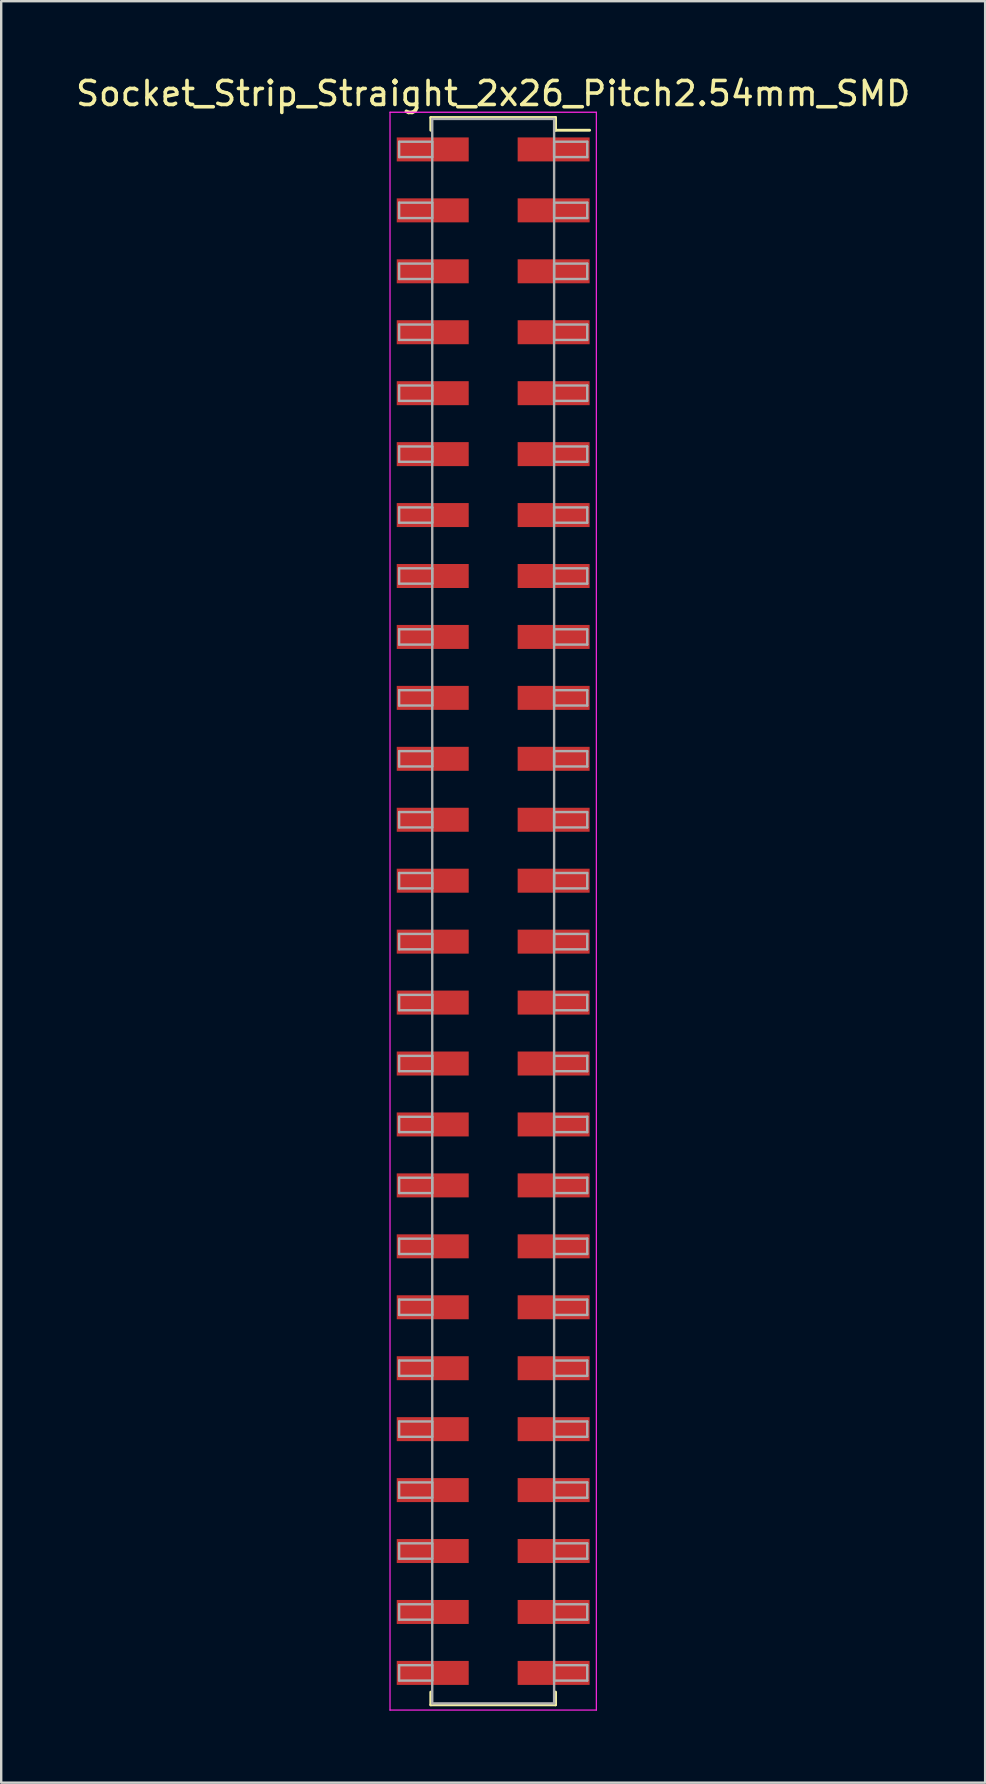
<source format=kicad_pcb>
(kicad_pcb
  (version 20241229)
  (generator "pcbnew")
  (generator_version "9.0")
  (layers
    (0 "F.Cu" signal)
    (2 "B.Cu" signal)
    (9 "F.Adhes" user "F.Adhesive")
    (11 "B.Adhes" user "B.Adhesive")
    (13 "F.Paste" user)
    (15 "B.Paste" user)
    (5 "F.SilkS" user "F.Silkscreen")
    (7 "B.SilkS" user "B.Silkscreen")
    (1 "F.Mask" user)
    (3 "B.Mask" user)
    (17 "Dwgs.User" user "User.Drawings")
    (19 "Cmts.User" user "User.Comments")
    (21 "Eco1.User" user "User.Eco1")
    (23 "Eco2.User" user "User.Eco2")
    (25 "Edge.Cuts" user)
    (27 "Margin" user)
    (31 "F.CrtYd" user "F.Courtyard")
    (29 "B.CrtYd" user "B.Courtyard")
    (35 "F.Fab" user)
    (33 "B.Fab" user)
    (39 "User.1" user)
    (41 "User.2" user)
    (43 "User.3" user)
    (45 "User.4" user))
  (footprint "Socket_Strip_Straight_2x26_Pitch2.54mm_SMD"
    (layer "F.Cu")
    (at 17.506 34.928)
    (property "Reference" "Socket_Strip_Straight_2x26_Pitch2.54mm_SMD" (at 0 -34.08 0) (layer "F.SilkS") (effects (font (size 1 1) (thickness 0.15))))
    (attr smd)
    (fp_line (start -2.6 -33.08) (end 2.6 -33.08) (stroke (width 0.12) (type solid)) (layer "F.SilkS"))
    (fp_line (start -2.6 -32.55) (end -2.6 -33.08) (stroke (width 0.12) (type solid)) (layer "F.SilkS"))
    (fp_line (start -2.6 32.55) (end -2.6 33.08) (stroke (width 0.12) (type solid)) (layer "F.SilkS"))
    (fp_line (start -2.6 33.08) (end 2.6 33.08) (stroke (width 0.12) (type solid)) (layer "F.SilkS"))
    (fp_line (start 2.6 -33.08) (end 2.6 -32.55) (stroke (width 0.12) (type solid)) (layer "F.SilkS"))
    (fp_line (start 2.6 33.08) (end 2.6 32.55) (stroke (width 0.12) (type solid)) (layer "F.SilkS"))
    (fp_line (start 4.02 -32.55) (end 2.6 -32.55) (stroke (width 0.12) (type solid)) (layer "F.SilkS"))
    (fp_line (start -4.3 -33.3) (end -4.3 33.3) (stroke (width 0.05) (type solid)) (layer "F.CrtYd"))
    (fp_line (start -4.3 33.3) (end 4.3 33.3) (stroke (width 0.05) (type solid)) (layer "F.CrtYd"))
    (fp_line (start 4.3 -33.3) (end -4.3 -33.3) (stroke (width 0.05) (type solid)) (layer "F.CrtYd"))
    (fp_line (start 4.3 33.3) (end 4.3 -33.3) (stroke (width 0.05) (type solid)) (layer "F.CrtYd"))
    (fp_line (start -3.92 -32.07) (end -2.54 -32.07) (stroke (width 0.1) (type solid)) (layer "F.Fab"))
    (fp_line (start -3.92 -31.43) (end -3.92 -32.07) (stroke (width 0.1) (type solid)) (layer "F.Fab"))
    (fp_line (start -3.92 -29.53) (end -2.54 -29.53) (stroke (width 0.1) (type solid)) (layer "F.Fab"))
    (fp_line (start -3.92 -28.89) (end -3.92 -29.53) (stroke (width 0.1) (type solid)) (layer "F.Fab"))
    (fp_line (start -3.92 -26.99) (end -2.54 -26.99) (stroke (width 0.1) (type solid)) (layer "F.Fab"))
    (fp_line (start -3.92 -26.35) (end -3.92 -26.99) (stroke (width 0.1) (type solid)) (layer "F.Fab"))
    (fp_line (start -3.92 -24.45) (end -2.54 -24.45) (stroke (width 0.1) (type solid)) (layer "F.Fab"))
    (fp_line (start -3.92 -23.81) (end -3.92 -24.45) (stroke (width 0.1) (type solid)) (layer "F.Fab"))
    (fp_line (start -3.92 -21.91) (end -2.54 -21.91) (stroke (width 0.1) (type solid)) (layer "F.Fab"))
    (fp_line (start -3.92 -21.27) (end -3.92 -21.91) (stroke (width 0.1) (type solid)) (layer "F.Fab"))
    (fp_line (start -3.92 -19.37) (end -2.54 -19.37) (stroke (width 0.1) (type solid)) (layer "F.Fab"))
    (fp_line (start -3.92 -18.73) (end -3.92 -19.37) (stroke (width 0.1) (type solid)) (layer "F.Fab"))
    (fp_line (start -3.92 -16.83) (end -2.54 -16.83) (stroke (width 0.1) (type solid)) (layer "F.Fab"))
    (fp_line (start -3.92 -16.19) (end -3.92 -16.83) (stroke (width 0.1) (type solid)) (layer "F.Fab"))
    (fp_line (start -3.92 -14.29) (end -2.54 -14.29) (stroke (width 0.1) (type solid)) (layer "F.Fab"))
    (fp_line (start -3.92 -13.65) (end -3.92 -14.29) (stroke (width 0.1) (type solid)) (layer "F.Fab"))
    (fp_line (start -3.92 -11.75) (end -2.54 -11.75) (stroke (width 0.1) (type solid)) (layer "F.Fab"))
    (fp_line (start -3.92 -11.11) (end -3.92 -11.75) (stroke (width 0.1) (type solid)) (layer "F.Fab"))
    (fp_line (start -3.92 -9.21) (end -2.54 -9.21) (stroke (width 0.1) (type solid)) (layer "F.Fab"))
    (fp_line (start -3.92 -8.57) (end -3.92 -9.21) (stroke (width 0.1) (type solid)) (layer "F.Fab"))
    (fp_line (start -3.92 -6.67) (end -2.54 -6.67) (stroke (width 0.1) (type solid)) (layer "F.Fab"))
    (fp_line (start -3.92 -6.03) (end -3.92 -6.67) (stroke (width 0.1) (type solid)) (layer "F.Fab"))
    (fp_line (start -3.92 -4.13) (end -2.54 -4.13) (stroke (width 0.1) (type solid)) (layer "F.Fab"))
    (fp_line (start -3.92 -3.49) (end -3.92 -4.13) (stroke (width 0.1) (type solid)) (layer "F.Fab"))
    (fp_line (start -3.92 -1.59) (end -2.54 -1.59) (stroke (width 0.1) (type solid)) (layer "F.Fab"))
    (fp_line (start -3.92 -0.95) (end -3.92 -1.59) (stroke (width 0.1) (type solid)) (layer "F.Fab"))
    (fp_line (start -3.92 0.95) (end -2.54 0.95) (stroke (width 0.1) (type solid)) (layer "F.Fab"))
    (fp_line (start -3.92 1.59) (end -3.92 0.95) (stroke (width 0.1) (type solid)) (layer "F.Fab"))
    (fp_line (start -3.92 3.49) (end -2.54 3.49) (stroke (width 0.1) (type solid)) (layer "F.Fab"))
    (fp_line (start -3.92 4.13) (end -3.92 3.49) (stroke (width 0.1) (type solid)) (layer "F.Fab"))
    (fp_line (start -3.92 6.03) (end -2.54 6.03) (stroke (width 0.1) (type solid)) (layer "F.Fab"))
    (fp_line (start -3.92 6.67) (end -3.92 6.03) (stroke (width 0.1) (type solid)) (layer "F.Fab"))
    (fp_line (start -3.92 8.57) (end -2.54 8.57) (stroke (width 0.1) (type solid)) (layer "F.Fab"))
    (fp_line (start -3.92 9.21) (end -3.92 8.57) (stroke (width 0.1) (type solid)) (layer "F.Fab"))
    (fp_line (start -3.92 11.11) (end -2.54 11.11) (stroke (width 0.1) (type solid)) (layer "F.Fab"))
    (fp_line (start -3.92 11.75) (end -3.92 11.11) (stroke (width 0.1) (type solid)) (layer "F.Fab"))
    (fp_line (start -3.92 13.65) (end -2.54 13.65) (stroke (width 0.1) (type solid)) (layer "F.Fab"))
    (fp_line (start -3.92 14.29) (end -3.92 13.65) (stroke (width 0.1) (type solid)) (layer "F.Fab"))
    (fp_line (start -3.92 16.19) (end -2.54 16.19) (stroke (width 0.1) (type solid)) (layer "F.Fab"))
    (fp_line (start -3.92 16.83) (end -3.92 16.19) (stroke (width 0.1) (type solid)) (layer "F.Fab"))
    (fp_line (start -3.92 18.73) (end -2.54 18.73) (stroke (width 0.1) (type solid)) (layer "F.Fab"))
    (fp_line (start -3.92 19.37) (end -3.92 18.73) (stroke (width 0.1) (type solid)) (layer "F.Fab"))
    (fp_line (start -3.92 21.27) (end -2.54 21.27) (stroke (width 0.1) (type solid)) (layer "F.Fab"))
    (fp_line (start -3.92 21.91) (end -3.92 21.27) (stroke (width 0.1) (type solid)) (layer "F.Fab"))
    (fp_line (start -3.92 23.81) (end -2.54 23.81) (stroke (width 0.1) (type solid)) (layer "F.Fab"))
    (fp_line (start -3.92 24.45) (end -3.92 23.81) (stroke (width 0.1) (type solid)) (layer "F.Fab"))
    (fp_line (start -3.92 26.35) (end -2.54 26.35) (stroke (width 0.1) (type solid)) (layer "F.Fab"))
    (fp_line (start -3.92 26.99) (end -3.92 26.35) (stroke (width 0.1) (type solid)) (layer "F.Fab"))
    (fp_line (start -3.92 28.89) (end -2.54 28.89) (stroke (width 0.1) (type solid)) (layer "F.Fab"))
    (fp_line (start -3.92 29.53) (end -3.92 28.89) (stroke (width 0.1) (type solid)) (layer "F.Fab"))
    (fp_line (start -3.92 31.43) (end -2.54 31.43) (stroke (width 0.1) (type solid)) (layer "F.Fab"))
    (fp_line (start -3.92 32.07) (end -3.92 31.43) (stroke (width 0.1) (type solid)) (layer "F.Fab"))
    (fp_line (start -2.54 -33.02) (end -2.54 33.02) (stroke (width 0.1) (type solid)) (layer "F.Fab"))
    (fp_line (start -2.54 -32.07) (end -2.54 -31.43) (stroke (width 0.1) (type solid)) (layer "F.Fab"))
    (fp_line (start -2.54 -31.43) (end -3.92 -31.43) (stroke (width 0.1) (type solid)) (layer "F.Fab"))
    (fp_line (start -2.54 -29.53) (end -2.54 -28.89) (stroke (width 0.1) (type solid)) (layer "F.Fab"))
    (fp_line (start -2.54 -28.89) (end -3.92 -28.89) (stroke (width 0.1) (type solid)) (layer "F.Fab"))
    (fp_line (start -2.54 -26.99) (end -2.54 -26.35) (stroke (width 0.1) (type solid)) (layer "F.Fab"))
    (fp_line (start -2.54 -26.35) (end -3.92 -26.35) (stroke (width 0.1) (type solid)) (layer "F.Fab"))
    (fp_line (start -2.54 -24.45) (end -2.54 -23.81) (stroke (width 0.1) (type solid)) (layer "F.Fab"))
    (fp_line (start -2.54 -23.81) (end -3.92 -23.81) (stroke (width 0.1) (type solid)) (layer "F.Fab"))
    (fp_line (start -2.54 -21.91) (end -2.54 -21.27) (stroke (width 0.1) (type solid)) (layer "F.Fab"))
    (fp_line (start -2.54 -21.27) (end -3.92 -21.27) (stroke (width 0.1) (type solid)) (layer "F.Fab"))
    (fp_line (start -2.54 -19.37) (end -2.54 -18.73) (stroke (width 0.1) (type solid)) (layer "F.Fab"))
    (fp_line (start -2.54 -18.73) (end -3.92 -18.73) (stroke (width 0.1) (type solid)) (layer "F.Fab"))
    (fp_line (start -2.54 -16.83) (end -2.54 -16.19) (stroke (width 0.1) (type solid)) (layer "F.Fab"))
    (fp_line (start -2.54 -16.19) (end -3.92 -16.19) (stroke (width 0.1) (type solid)) (layer "F.Fab"))
    (fp_line (start -2.54 -14.29) (end -2.54 -13.65) (stroke (width 0.1) (type solid)) (layer "F.Fab"))
    (fp_line (start -2.54 -13.65) (end -3.92 -13.65) (stroke (width 0.1) (type solid)) (layer "F.Fab"))
    (fp_line (start -2.54 -11.75) (end -2.54 -11.11) (stroke (width 0.1) (type solid)) (layer "F.Fab"))
    (fp_line (start -2.54 -11.11) (end -3.92 -11.11) (stroke (width 0.1) (type solid)) (layer "F.Fab"))
    (fp_line (start -2.54 -9.21) (end -2.54 -8.57) (stroke (width 0.1) (type solid)) (layer "F.Fab"))
    (fp_line (start -2.54 -8.57) (end -3.92 -8.57) (stroke (width 0.1) (type solid)) (layer "F.Fab"))
    (fp_line (start -2.54 -6.67) (end -2.54 -6.03) (stroke (width 0.1) (type solid)) (layer "F.Fab"))
    (fp_line (start -2.54 -6.03) (end -3.92 -6.03) (stroke (width 0.1) (type solid)) (layer "F.Fab"))
    (fp_line (start -2.54 -4.13) (end -2.54 -3.49) (stroke (width 0.1) (type solid)) (layer "F.Fab"))
    (fp_line (start -2.54 -3.49) (end -3.92 -3.49) (stroke (width 0.1) (type solid)) (layer "F.Fab"))
    (fp_line (start -2.54 -1.59) (end -2.54 -0.95) (stroke (width 0.1) (type solid)) (layer "F.Fab"))
    (fp_line (start -2.54 -0.95) (end -3.92 -0.95) (stroke (width 0.1) (type solid)) (layer "F.Fab"))
    (fp_line (start -2.54 0.95) (end -2.54 1.59) (stroke (width 0.1) (type solid)) (layer "F.Fab"))
    (fp_line (start -2.54 1.59) (end -3.92 1.59) (stroke (width 0.1) (type solid)) (layer "F.Fab"))
    (fp_line (start -2.54 3.49) (end -2.54 4.13) (stroke (width 0.1) (type solid)) (layer "F.Fab"))
    (fp_line (start -2.54 4.13) (end -3.92 4.13) (stroke (width 0.1) (type solid)) (layer "F.Fab"))
    (fp_line (start -2.54 6.03) (end -2.54 6.67) (stroke (width 0.1) (type solid)) (layer "F.Fab"))
    (fp_line (start -2.54 6.67) (end -3.92 6.67) (stroke (width 0.1) (type solid)) (layer "F.Fab"))
    (fp_line (start -2.54 8.57) (end -2.54 9.21) (stroke (width 0.1) (type solid)) (layer "F.Fab"))
    (fp_line (start -2.54 9.21) (end -3.92 9.21) (stroke (width 0.1) (type solid)) (layer "F.Fab"))
    (fp_line (start -2.54 11.11) (end -2.54 11.75) (stroke (width 0.1) (type solid)) (layer "F.Fab"))
    (fp_line (start -2.54 11.75) (end -3.92 11.75) (stroke (width 0.1) (type solid)) (layer "F.Fab"))
    (fp_line (start -2.54 13.65) (end -2.54 14.29) (stroke (width 0.1) (type solid)) (layer "F.Fab"))
    (fp_line (start -2.54 14.29) (end -3.92 14.29) (stroke (width 0.1) (type solid)) (layer "F.Fab"))
    (fp_line (start -2.54 16.19) (end -2.54 16.83) (stroke (width 0.1) (type solid)) (layer "F.Fab"))
    (fp_line (start -2.54 16.83) (end -3.92 16.83) (stroke (width 0.1) (type solid)) (layer "F.Fab"))
    (fp_line (start -2.54 18.73) (end -2.54 19.37) (stroke (width 0.1) (type solid)) (layer "F.Fab"))
    (fp_line (start -2.54 19.37) (end -3.92 19.37) (stroke (width 0.1) (type solid)) (layer "F.Fab"))
    (fp_line (start -2.54 21.27) (end -2.54 21.91) (stroke (width 0.1) (type solid)) (layer "F.Fab"))
    (fp_line (start -2.54 21.91) (end -3.92 21.91) (stroke (width 0.1) (type solid)) (layer "F.Fab"))
    (fp_line (start -2.54 23.81) (end -2.54 24.45) (stroke (width 0.1) (type solid)) (layer "F.Fab"))
    (fp_line (start -2.54 24.45) (end -3.92 24.45) (stroke (width 0.1) (type solid)) (layer "F.Fab"))
    (fp_line (start -2.54 26.35) (end -2.54 26.99) (stroke (width 0.1) (type solid)) (layer "F.Fab"))
    (fp_line (start -2.54 26.99) (end -3.92 26.99) (stroke (width 0.1) (type solid)) (layer "F.Fab"))
    (fp_line (start -2.54 28.89) (end -2.54 29.53) (stroke (width 0.1) (type solid)) (layer "F.Fab"))
    (fp_line (start -2.54 29.53) (end -3.92 29.53) (stroke (width 0.1) (type solid)) (layer "F.Fab"))
    (fp_line (start -2.54 31.43) (end -2.54 32.07) (stroke (width 0.1) (type solid)) (layer "F.Fab"))
    (fp_line (start -2.54 32.07) (end -3.92 32.07) (stroke (width 0.1) (type solid)) (layer "F.Fab"))
    (fp_line (start -2.54 33.02) (end 2.54 33.02) (stroke (width 0.1) (type solid)) (layer "F.Fab"))
    (fp_line (start 2.54 -33.02) (end -2.54 -33.02) (stroke (width 0.1) (type solid)) (layer "F.Fab"))
    (fp_line (start 2.54 -32.07) (end 2.54 -31.43) (stroke (width 0.1) (type solid)) (layer "F.Fab"))
    (fp_line (start 2.54 -31.43) (end 3.92 -31.43) (stroke (width 0.1) (type solid)) (layer "F.Fab"))
    (fp_line (start 2.54 -29.53) (end 2.54 -28.89) (stroke (width 0.1) (type solid)) (layer "F.Fab"))
    (fp_line (start 2.54 -28.89) (end 3.92 -28.89) (stroke (width 0.1) (type solid)) (layer "F.Fab"))
    (fp_line (start 2.54 -26.99) (end 2.54 -26.35) (stroke (width 0.1) (type solid)) (layer "F.Fab"))
    (fp_line (start 2.54 -26.35) (end 3.92 -26.35) (stroke (width 0.1) (type solid)) (layer "F.Fab"))
    (fp_line (start 2.54 -24.45) (end 2.54 -23.81) (stroke (width 0.1) (type solid)) (layer "F.Fab"))
    (fp_line (start 2.54 -23.81) (end 3.92 -23.81) (stroke (width 0.1) (type solid)) (layer "F.Fab"))
    (fp_line (start 2.54 -21.91) (end 2.54 -21.27) (stroke (width 0.1) (type solid)) (layer "F.Fab"))
    (fp_line (start 2.54 -21.27) (end 3.92 -21.27) (stroke (width 0.1) (type solid)) (layer "F.Fab"))
    (fp_line (start 2.54 -19.37) (end 2.54 -18.73) (stroke (width 0.1) (type solid)) (layer "F.Fab"))
    (fp_line (start 2.54 -18.73) (end 3.92 -18.73) (stroke (width 0.1) (type solid)) (layer "F.Fab"))
    (fp_line (start 2.54 -16.83) (end 2.54 -16.19) (stroke (width 0.1) (type solid)) (layer "F.Fab"))
    (fp_line (start 2.54 -16.19) (end 3.92 -16.19) (stroke (width 0.1) (type solid)) (layer "F.Fab"))
    (fp_line (start 2.54 -14.29) (end 2.54 -13.65) (stroke (width 0.1) (type solid)) (layer "F.Fab"))
    (fp_line (start 2.54 -13.65) (end 3.92 -13.65) (stroke (width 0.1) (type solid)) (layer "F.Fab"))
    (fp_line (start 2.54 -11.75) (end 2.54 -11.11) (stroke (width 0.1) (type solid)) (layer "F.Fab"))
    (fp_line (start 2.54 -11.11) (end 3.92 -11.11) (stroke (width 0.1) (type solid)) (layer "F.Fab"))
    (fp_line (start 2.54 -9.21) (end 2.54 -8.57) (stroke (width 0.1) (type solid)) (layer "F.Fab"))
    (fp_line (start 2.54 -8.57) (end 3.92 -8.57) (stroke (width 0.1) (type solid)) (layer "F.Fab"))
    (fp_line (start 2.54 -6.67) (end 2.54 -6.03) (stroke (width 0.1) (type solid)) (layer "F.Fab"))
    (fp_line (start 2.54 -6.03) (end 3.92 -6.03) (stroke (width 0.1) (type solid)) (layer "F.Fab"))
    (fp_line (start 2.54 -4.13) (end 2.54 -3.49) (stroke (width 0.1) (type solid)) (layer "F.Fab"))
    (fp_line (start 2.54 -3.49) (end 3.92 -3.49) (stroke (width 0.1) (type solid)) (layer "F.Fab"))
    (fp_line (start 2.54 -1.59) (end 2.54 -0.95) (stroke (width 0.1) (type solid)) (layer "F.Fab"))
    (fp_line (start 2.54 -0.95) (end 3.92 -0.95) (stroke (width 0.1) (type solid)) (layer "F.Fab"))
    (fp_line (start 2.54 0.95) (end 2.54 1.59) (stroke (width 0.1) (type solid)) (layer "F.Fab"))
    (fp_line (start 2.54 1.59) (end 3.92 1.59) (stroke (width 0.1) (type solid)) (layer "F.Fab"))
    (fp_line (start 2.54 3.49) (end 2.54 4.13) (stroke (width 0.1) (type solid)) (layer "F.Fab"))
    (fp_line (start 2.54 4.13) (end 3.92 4.13) (stroke (width 0.1) (type solid)) (layer "F.Fab"))
    (fp_line (start 2.54 6.03) (end 2.54 6.67) (stroke (width 0.1) (type solid)) (layer "F.Fab"))
    (fp_line (start 2.54 6.67) (end 3.92 6.67) (stroke (width 0.1) (type solid)) (layer "F.Fab"))
    (fp_line (start 2.54 8.57) (end 2.54 9.21) (stroke (width 0.1) (type solid)) (layer "F.Fab"))
    (fp_line (start 2.54 9.21) (end 3.92 9.21) (stroke (width 0.1) (type solid)) (layer "F.Fab"))
    (fp_line (start 2.54 11.11) (end 2.54 11.75) (stroke (width 0.1) (type solid)) (layer "F.Fab"))
    (fp_line (start 2.54 11.75) (end 3.92 11.75) (stroke (width 0.1) (type solid)) (layer "F.Fab"))
    (fp_line (start 2.54 13.65) (end 2.54 14.29) (stroke (width 0.1) (type solid)) (layer "F.Fab"))
    (fp_line (start 2.54 14.29) (end 3.92 14.29) (stroke (width 0.1) (type solid)) (layer "F.Fab"))
    (fp_line (start 2.54 16.19) (end 2.54 16.83) (stroke (width 0.1) (type solid)) (layer "F.Fab"))
    (fp_line (start 2.54 16.83) (end 3.92 16.83) (stroke (width 0.1) (type solid)) (layer "F.Fab"))
    (fp_line (start 2.54 18.73) (end 2.54 19.37) (stroke (width 0.1) (type solid)) (layer "F.Fab"))
    (fp_line (start 2.54 19.37) (end 3.92 19.37) (stroke (width 0.1) (type solid)) (layer "F.Fab"))
    (fp_line (start 2.54 21.27) (end 2.54 21.91) (stroke (width 0.1) (type solid)) (layer "F.Fab"))
    (fp_line (start 2.54 21.91) (end 3.92 21.91) (stroke (width 0.1) (type solid)) (layer "F.Fab"))
    (fp_line (start 2.54 23.81) (end 2.54 24.45) (stroke (width 0.1) (type solid)) (layer "F.Fab"))
    (fp_line (start 2.54 24.45) (end 3.92 24.45) (stroke (width 0.1) (type solid)) (layer "F.Fab"))
    (fp_line (start 2.54 26.35) (end 2.54 26.99) (stroke (width 0.1) (type solid)) (layer "F.Fab"))
    (fp_line (start 2.54 26.99) (end 3.92 26.99) (stroke (width 0.1) (type solid)) (layer "F.Fab"))
    (fp_line (start 2.54 28.89) (end 2.54 29.53) (stroke (width 0.1) (type solid)) (layer "F.Fab"))
    (fp_line (start 2.54 29.53) (end 3.92 29.53) (stroke (width 0.1) (type solid)) (layer "F.Fab"))
    (fp_line (start 2.54 31.43) (end 2.54 32.07) (stroke (width 0.1) (type solid)) (layer "F.Fab"))
    (fp_line (start 2.54 32.07) (end 3.92 32.07) (stroke (width 0.1) (type solid)) (layer "F.Fab"))
    (fp_line (start 2.54 33.02) (end 2.54 -33.02) (stroke (width 0.1) (type solid)) (layer "F.Fab"))
    (fp_line (start 3.92 -32.07) (end 2.54 -32.07) (stroke (width 0.1) (type solid)) (layer "F.Fab"))
    (fp_line (start 3.92 -31.43) (end 3.92 -32.07) (stroke (width 0.1) (type solid)) (layer "F.Fab"))
    (fp_line (start 3.92 -29.53) (end 2.54 -29.53) (stroke (width 0.1) (type solid)) (layer "F.Fab"))
    (fp_line (start 3.92 -28.89) (end 3.92 -29.53) (stroke (width 0.1) (type solid)) (layer "F.Fab"))
    (fp_line (start 3.92 -26.99) (end 2.54 -26.99) (stroke (width 0.1) (type solid)) (layer "F.Fab"))
    (fp_line (start 3.92 -26.35) (end 3.92 -26.99) (stroke (width 0.1) (type solid)) (layer "F.Fab"))
    (fp_line (start 3.92 -24.45) (end 2.54 -24.45) (stroke (width 0.1) (type solid)) (layer "F.Fab"))
    (fp_line (start 3.92 -23.81) (end 3.92 -24.45) (stroke (width 0.1) (type solid)) (layer "F.Fab"))
    (fp_line (start 3.92 -21.91) (end 2.54 -21.91) (stroke (width 0.1) (type solid)) (layer "F.Fab"))
    (fp_line (start 3.92 -21.27) (end 3.92 -21.91) (stroke (width 0.1) (type solid)) (layer "F.Fab"))
    (fp_line (start 3.92 -19.37) (end 2.54 -19.37) (stroke (width 0.1) (type solid)) (layer "F.Fab"))
    (fp_line (start 3.92 -18.73) (end 3.92 -19.37) (stroke (width 0.1) (type solid)) (layer "F.Fab"))
    (fp_line (start 3.92 -16.83) (end 2.54 -16.83) (stroke (width 0.1) (type solid)) (layer "F.Fab"))
    (fp_line (start 3.92 -16.19) (end 3.92 -16.83) (stroke (width 0.1) (type solid)) (layer "F.Fab"))
    (fp_line (start 3.92 -14.29) (end 2.54 -14.29) (stroke (width 0.1) (type solid)) (layer "F.Fab"))
    (fp_line (start 3.92 -13.65) (end 3.92 -14.29) (stroke (width 0.1) (type solid)) (layer "F.Fab"))
    (fp_line (start 3.92 -11.75) (end 2.54 -11.75) (stroke (width 0.1) (type solid)) (layer "F.Fab"))
    (fp_line (start 3.92 -11.11) (end 3.92 -11.75) (stroke (width 0.1) (type solid)) (layer "F.Fab"))
    (fp_line (start 3.92 -9.21) (end 2.54 -9.21) (stroke (width 0.1) (type solid)) (layer "F.Fab"))
    (fp_line (start 3.92 -8.57) (end 3.92 -9.21) (stroke (width 0.1) (type solid)) (layer "F.Fab"))
    (fp_line (start 3.92 -6.67) (end 2.54 -6.67) (stroke (width 0.1) (type solid)) (layer "F.Fab"))
    (fp_line (start 3.92 -6.03) (end 3.92 -6.67) (stroke (width 0.1) (type solid)) (layer "F.Fab"))
    (fp_line (start 3.92 -4.13) (end 2.54 -4.13) (stroke (width 0.1) (type solid)) (layer "F.Fab"))
    (fp_line (start 3.92 -3.49) (end 3.92 -4.13) (stroke (width 0.1) (type solid)) (layer "F.Fab"))
    (fp_line (start 3.92 -1.59) (end 2.54 -1.59) (stroke (width 0.1) (type solid)) (layer "F.Fab"))
    (fp_line (start 3.92 -0.95) (end 3.92 -1.59) (stroke (width 0.1) (type solid)) (layer "F.Fab"))
    (fp_line (start 3.92 0.95) (end 2.54 0.95) (stroke (width 0.1) (type solid)) (layer "F.Fab"))
    (fp_line (start 3.92 1.59) (end 3.92 0.95) (stroke (width 0.1) (type solid)) (layer "F.Fab"))
    (fp_line (start 3.92 3.49) (end 2.54 3.49) (stroke (width 0.1) (type solid)) (layer "F.Fab"))
    (fp_line (start 3.92 4.13) (end 3.92 3.49) (stroke (width 0.1) (type solid)) (layer "F.Fab"))
    (fp_line (start 3.92 6.03) (end 2.54 6.03) (stroke (width 0.1) (type solid)) (layer "F.Fab"))
    (fp_line (start 3.92 6.67) (end 3.92 6.03) (stroke (width 0.1) (type solid)) (layer "F.Fab"))
    (fp_line (start 3.92 8.57) (end 2.54 8.57) (stroke (width 0.1) (type solid)) (layer "F.Fab"))
    (fp_line (start 3.92 9.21) (end 3.92 8.57) (stroke (width 0.1) (type solid)) (layer "F.Fab"))
    (fp_line (start 3.92 11.11) (end 2.54 11.11) (stroke (width 0.1) (type solid)) (layer "F.Fab"))
    (fp_line (start 3.92 11.75) (end 3.92 11.11) (stroke (width 0.1) (type solid)) (layer "F.Fab"))
    (fp_line (start 3.92 13.65) (end 2.54 13.65) (stroke (width 0.1) (type solid)) (layer "F.Fab"))
    (fp_line (start 3.92 14.29) (end 3.92 13.65) (stroke (width 0.1) (type solid)) (layer "F.Fab"))
    (fp_line (start 3.92 16.19) (end 2.54 16.19) (stroke (width 0.1) (type solid)) (layer "F.Fab"))
    (fp_line (start 3.92 16.83) (end 3.92 16.19) (stroke (width 0.1) (type solid)) (layer "F.Fab"))
    (fp_line (start 3.92 18.73) (end 2.54 18.73) (stroke (width 0.1) (type solid)) (layer "F.Fab"))
    (fp_line (start 3.92 19.37) (end 3.92 18.73) (stroke (width 0.1) (type solid)) (layer "F.Fab"))
    (fp_line (start 3.92 21.27) (end 2.54 21.27) (stroke (width 0.1) (type solid)) (layer "F.Fab"))
    (fp_line (start 3.92 21.91) (end 3.92 21.27) (stroke (width 0.1) (type solid)) (layer "F.Fab"))
    (fp_line (start 3.92 23.81) (end 2.54 23.81) (stroke (width 0.1) (type solid)) (layer "F.Fab"))
    (fp_line (start 3.92 24.45) (end 3.92 23.81) (stroke (width 0.1) (type solid)) (layer "F.Fab"))
    (fp_line (start 3.92 26.35) (end 2.54 26.35) (stroke (width 0.1) (type solid)) (layer "F.Fab"))
    (fp_line (start 3.92 26.99) (end 3.92 26.35) (stroke (width 0.1) (type solid)) (layer "F.Fab"))
    (fp_line (start 3.92 28.89) (end 2.54 28.89) (stroke (width 0.1) (type solid)) (layer "F.Fab"))
    (fp_line (start 3.92 29.53) (end 3.92 28.89) (stroke (width 0.1) (type solid)) (layer "F.Fab"))
    (fp_line (start 3.92 31.43) (end 2.54 31.43) (stroke (width 0.1) (type solid)) (layer "F.Fab"))
    (fp_line (start 3.92 32.07) (end 3.92 31.43) (stroke (width 0.1) (type solid)) (layer "F.Fab"))
    (pad "1" smd rect (at 2.52 -31.75) (size 3 1) (layers "F.Cu" "F.Mask"))
    (pad "2" smd rect (at -2.52 -31.75) (size 3 1) (layers "F.Cu" "F.Mask"))
    (pad "3" smd rect (at 2.52 -29.21) (size 3 1) (layers "F.Cu" "F.Mask"))
    (pad "4" smd rect (at -2.52 -29.21) (size 3 1) (layers "F.Cu" "F.Mask"))
    (pad "5" smd rect (at 2.52 -26.67) (size 3 1) (layers "F.Cu" "F.Mask"))
    (pad "6" smd rect (at -2.52 -26.67) (size 3 1) (layers "F.Cu" "F.Mask"))
    (pad "7" smd rect (at 2.52 -24.13) (size 3 1) (layers "F.Cu" "F.Mask"))
    (pad "8" smd rect (at -2.52 -24.13) (size 3 1) (layers "F.Cu" "F.Mask"))
    (pad "9" smd rect (at 2.52 -21.59) (size 3 1) (layers "F.Cu" "F.Mask"))
    (pad "10" smd rect (at -2.52 -21.59) (size 3 1) (layers "F.Cu" "F.Mask"))
    (pad "11" smd rect (at 2.52 -19.05) (size 3 1) (layers "F.Cu" "F.Mask"))
    (pad "12" smd rect (at -2.52 -19.05) (size 3 1) (layers "F.Cu" "F.Mask"))
    (pad "13" smd rect (at 2.52 -16.51) (size 3 1) (layers "F.Cu" "F.Mask"))
    (pad "14" smd rect (at -2.52 -16.51) (size 3 1) (layers "F.Cu" "F.Mask"))
    (pad "15" smd rect (at 2.52 -13.97) (size 3 1) (layers "F.Cu" "F.Mask"))
    (pad "16" smd rect (at -2.52 -13.97) (size 3 1) (layers "F.Cu" "F.Mask"))
    (pad "17" smd rect (at 2.52 -11.43) (size 3 1) (layers "F.Cu" "F.Mask"))
    (pad "18" smd rect (at -2.52 -11.43) (size 3 1) (layers "F.Cu" "F.Mask"))
    (pad "19" smd rect (at 2.52 -8.89) (size 3 1) (layers "F.Cu" "F.Mask"))
    (pad "20" smd rect (at -2.52 -8.89) (size 3 1) (layers "F.Cu" "F.Mask"))
    (pad "21" smd rect (at 2.52 -6.35) (size 3 1) (layers "F.Cu" "F.Mask"))
    (pad "22" smd rect (at -2.52 -6.35) (size 3 1) (layers "F.Cu" "F.Mask"))
    (pad "23" smd rect (at 2.52 -3.81) (size 3 1) (layers "F.Cu" "F.Mask"))
    (pad "24" smd rect (at -2.52 -3.81) (size 3 1) (layers "F.Cu" "F.Mask"))
    (pad "25" smd rect (at 2.52 -1.27) (size 3 1) (layers "F.Cu" "F.Mask"))
    (pad "26" smd rect (at -2.52 -1.27) (size 3 1) (layers "F.Cu" "F.Mask"))
    (pad "27" smd rect (at 2.52 1.27) (size 3 1) (layers "F.Cu" "F.Mask"))
    (pad "28" smd rect (at -2.52 1.27) (size 3 1) (layers "F.Cu" "F.Mask"))
    (pad "29" smd rect (at 2.52 3.81) (size 3 1) (layers "F.Cu" "F.Mask"))
    (pad "30" smd rect (at -2.52 3.81) (size 3 1) (layers "F.Cu" "F.Mask"))
    (pad "31" smd rect (at 2.52 6.35) (size 3 1) (layers "F.Cu" "F.Mask"))
    (pad "32" smd rect (at -2.52 6.35) (size 3 1) (layers "F.Cu" "F.Mask"))
    (pad "33" smd rect (at 2.52 8.89) (size 3 1) (layers "F.Cu" "F.Mask"))
    (pad "34" smd rect (at -2.52 8.89) (size 3 1) (layers "F.Cu" "F.Mask"))
    (pad "35" smd rect (at 2.52 11.43) (size 3 1) (layers "F.Cu" "F.Mask"))
    (pad "36" smd rect (at -2.52 11.43) (size 3 1) (layers "F.Cu" "F.Mask"))
    (pad "37" smd rect (at 2.52 13.97) (size 3 1) (layers "F.Cu" "F.Mask"))
    (pad "38" smd rect (at -2.52 13.97) (size 3 1) (layers "F.Cu" "F.Mask"))
    (pad "39" smd rect (at 2.52 16.51) (size 3 1) (layers "F.Cu" "F.Mask"))
    (pad "40" smd rect (at -2.52 16.51) (size 3 1) (layers "F.Cu" "F.Mask"))
    (pad "41" smd rect (at 2.52 19.05) (size 3 1) (layers "F.Cu" "F.Mask"))
    (pad "42" smd rect (at -2.52 19.05) (size 3 1) (layers "F.Cu" "F.Mask"))
    (pad "43" smd rect (at 2.52 21.59) (size 3 1) (layers "F.Cu" "F.Mask"))
    (pad "44" smd rect (at -2.52 21.59) (size 3 1) (layers "F.Cu" "F.Mask"))
    (pad "45" smd rect (at 2.52 24.13) (size 3 1) (layers "F.Cu" "F.Mask"))
    (pad "46" smd rect (at -2.52 24.13) (size 3 1) (layers "F.Cu" "F.Mask"))
    (pad "47" smd rect (at 2.52 26.67) (size 3 1) (layers "F.Cu" "F.Mask"))
    (pad "48" smd rect (at -2.52 26.67) (size 3 1) (layers "F.Cu" "F.Mask"))
    (pad "49" smd rect (at 2.52 29.21) (size 3 1) (layers "F.Cu" "F.Mask"))
    (pad "50" smd rect (at -2.52 29.21) (size 3 1) (layers "F.Cu" "F.Mask"))
    (pad "51" smd rect (at 2.52 31.75) (size 3 1) (layers "F.Cu" "F.Mask"))
    (pad "52" smd rect (at -2.52 31.75) (size 3 1) (layers "F.Cu" "F.Mask")))
  (gr_rect
    (start -3 -3)
    (end 38.012 71.253)
    (stroke (width 0.1) (type default))
    (fill no)
    (layer "Edge.Cuts")))
</source>
